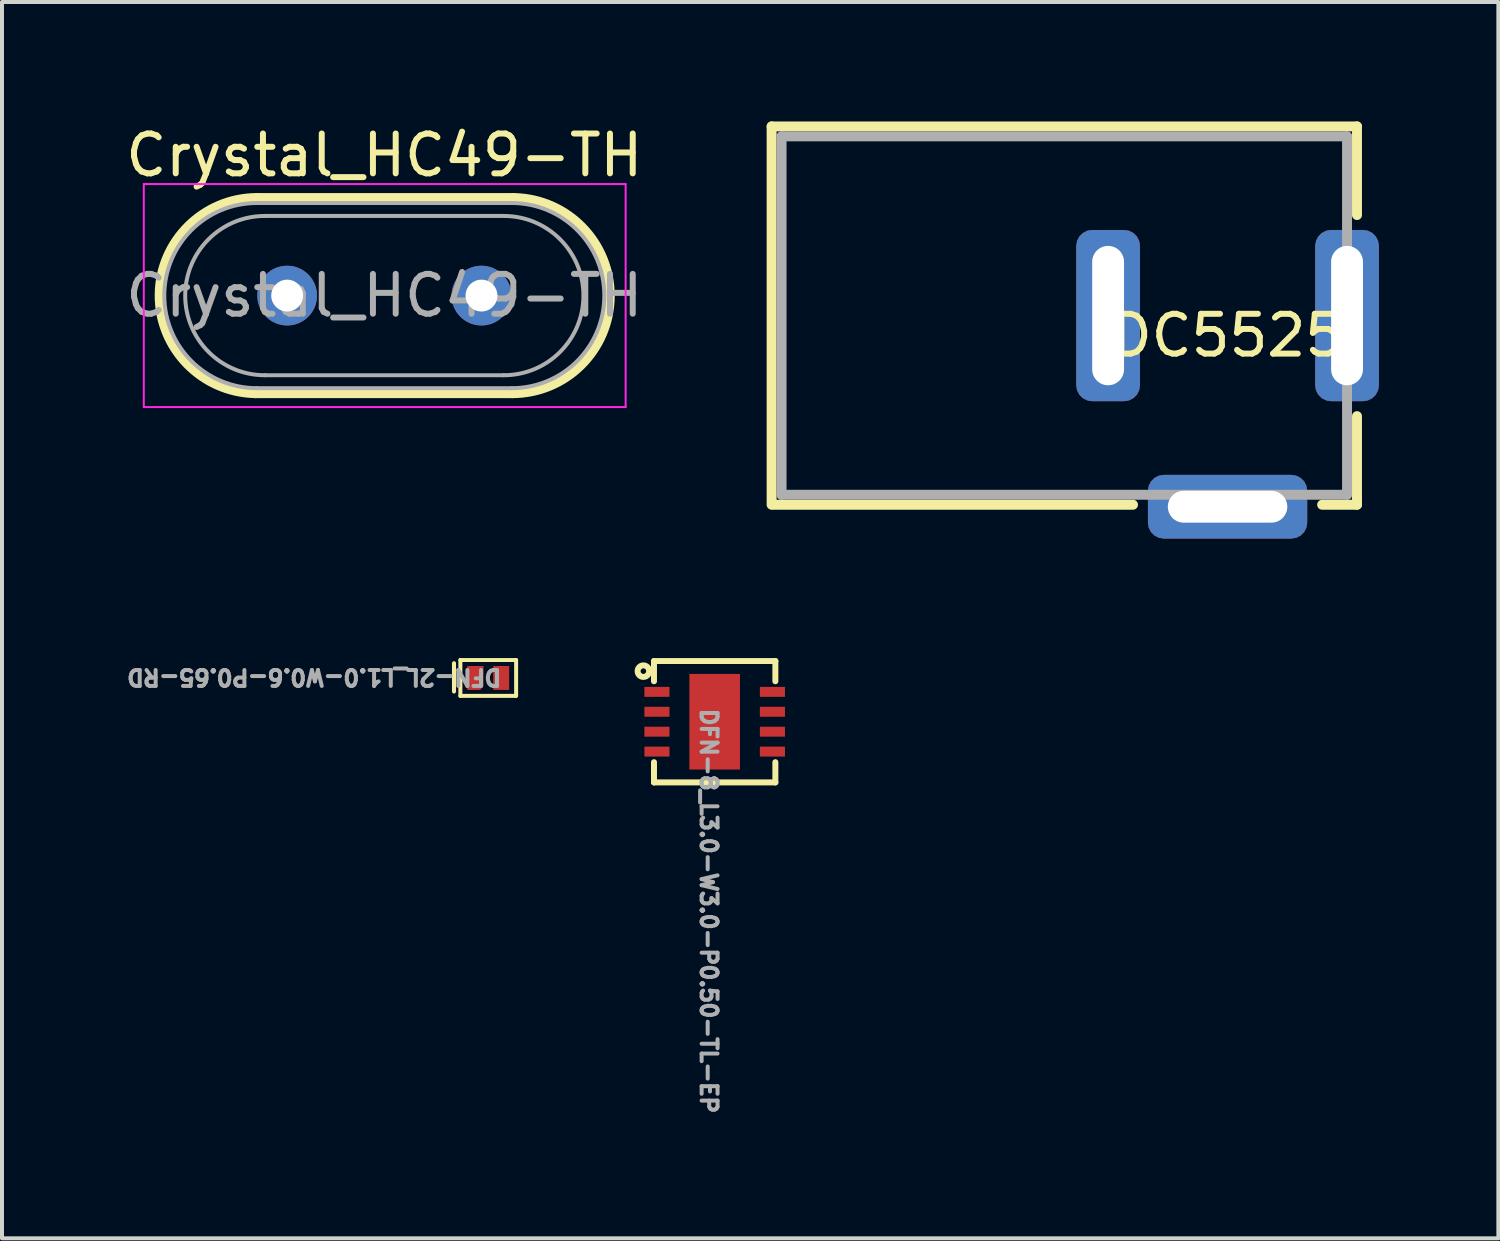
<source format=kicad_pcb>
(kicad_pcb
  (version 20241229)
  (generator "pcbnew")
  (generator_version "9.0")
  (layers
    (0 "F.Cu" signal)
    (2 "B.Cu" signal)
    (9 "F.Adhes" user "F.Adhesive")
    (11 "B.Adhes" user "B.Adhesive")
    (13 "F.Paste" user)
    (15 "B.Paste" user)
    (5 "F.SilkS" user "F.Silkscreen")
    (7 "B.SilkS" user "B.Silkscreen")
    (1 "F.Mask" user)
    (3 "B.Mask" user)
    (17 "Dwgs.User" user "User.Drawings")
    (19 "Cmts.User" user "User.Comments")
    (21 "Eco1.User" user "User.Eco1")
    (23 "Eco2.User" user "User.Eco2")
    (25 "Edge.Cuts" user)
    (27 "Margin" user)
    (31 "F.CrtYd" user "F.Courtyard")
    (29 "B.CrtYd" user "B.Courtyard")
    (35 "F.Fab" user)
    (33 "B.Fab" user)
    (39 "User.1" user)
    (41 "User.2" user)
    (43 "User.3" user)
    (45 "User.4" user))
  (footprint "DC5525"
    (layer "F.Cu")
    (at 27.777 4.875)
    (property "Reference" "DC5525" (at 0 0.5 0) (layer "F.SilkS") (effects (font (size 1 1) (thickness 0.15))))
    (attr through_hole)
    (fp_line (start -11.45 -4.75) (end 3.25 -4.75) (stroke (width 0.25) (type solid)) (layer "F.SilkS"))
    (fp_line (start -11.45 4.75) (end -11.45 -4.75) (stroke (width 0.25) (type solid)) (layer "F.SilkS"))
    (fp_line (start -11.4 4.75) (end -2.375 4.75) (stroke (width 0.25) (type solid)) (layer "F.SilkS"))
    (fp_line (start 3.25 -4.75) (end 3.25 -2.525) (stroke (width 0.25) (type solid)) (layer "F.SilkS"))
    (fp_line (start 3.25 4.75) (end 2.375 4.75) (stroke (width 0.25) (type solid)) (layer "F.SilkS"))
    (fp_line (start 3.25 4.75) (end 3.25 2.525) (stroke (width 0.25) (type solid)) (layer "F.SilkS"))
    (fp_line (start -11.2 -4.5) (end 3 -4.5) (stroke (width 0.25) (type solid)) (layer "F.Fab"))
    (fp_line (start -11.2 4.5) (end -11.2 -4.5) (stroke (width 0.25) (type solid)) (layer "F.Fab"))
    (fp_line (start 3 -4.5) (end 3 4.5) (stroke (width 0.25) (type solid)) (layer "F.Fab"))
    (fp_line (start 3 4.5) (end -11.2 4.5) (stroke (width 0.25) (type solid)) (layer "F.Fab"))
    (pad "1" thru_hole roundrect (at 3 0) (size 1.6 4.3) (drill oval 0.8 3.5) (layers "*.Cu" "*.Mask") (roundrect_rratio 0.25))
    (pad "2" thru_hole roundrect (at -3 0) (size 1.6 4.3) (drill oval 0.8 3.5) (layers "*.Cu" "*.Mask") (roundrect_rratio 0.25))
    (pad "3" thru_hole roundrect (at 0 4.8) (size 4 1.6) (drill oval 3 0.8) (layers "*.Cu" "*.Mask") (roundrect_rratio 0.25)))
  (footprint "DFN-2L_L1.0-W0.6-P0.65-RD"
    (layer "F.Cu")
    (at 9.211 13.975)
    (property "Reference" "DFN-2L_L1.0-W0.6-P0.65-RD" (at 0.38 -0.254 180) (unlocked yes) (layer "F.Fab") (effects (font (size 0.4 0.4) (thickness 0.1)) (justify left bottom)))
    (fp_line (start -0.86 -0.37) (end -0.86 0.34) (stroke (width 0.102) (type default)) (layer "F.SilkS"))
    (fp_line (start -0.7 -0.45) (end -0.7 0.45) (stroke (width 0.1) (type default)) (layer "F.SilkS"))
    (fp_line (start -0.7 -0.45) (end 0.7 -0.45) (stroke (width 0.1) (type default)) (layer "F.SilkS"))
    (fp_line (start -0.7 0.45) (end 0.69 0.45) (stroke (width 0.1) (type default)) (layer "F.SilkS"))
    (fp_line (start 0.7 -0.45) (end 0.7 0.45) (stroke (width 0.1) (type default)) (layer "F.SilkS"))
    (pad "1" smd custom (at -0.325 0) (size 0.000001 0.000001) (layers "F.Cu" "F.Mask" "F.Paste") (options (anchor circle)) (primitives (gr_poly (pts (xy -0.205 -0.3) (xy -0.205 0.3) (xy 0.125 0.3) (xy 0.205 0.2) (xy 0.205 -0.3)) (width 0) (fill yes))))
    (pad "2" smd rect (at 0.325 0 90) (size 0.6 0.4) (layers "F.Cu" "F.Mask" "F.Paste")))
  (footprint "DFN-8_L3.0-W3.0-P0.50-TL-EP"
    (layer "F.Cu")
    (at 14.897 15.074)
    (property "Reference" "DFN-8_L3.0-W3.0-P0.50-TL-EP" (at -0.382 -0.38 270) (unlocked yes) (layer "F.Fab") (effects (font (size 0.4 0.4) (thickness 0.1)) (justify left bottom)))
    (fp_line (start -1.524 -1.524) (end 1.524 -1.524) (stroke (width 0.15) (type default)) (layer "F.SilkS"))
    (fp_line (start -1.524 -1.016) (end -1.524 -1.524) (stroke (width 0.15) (type default)) (layer "F.SilkS"))
    (fp_line (start -1.524 1.016) (end -1.524 1.524) (stroke (width 0.15) (type default)) (layer "F.SilkS"))
    (fp_line (start -1.524 1.524) (end 1.524 1.524) (stroke (width 0.15) (type default)) (layer "F.SilkS"))
    (fp_line (start 1.524 -1.524) (end 1.524 -1.016) (stroke (width 0.15) (type default)) (layer "F.SilkS"))
    (fp_line (start 1.524 1.524) (end 1.524 1.016) (stroke (width 0.15) (type default)) (layer "F.SilkS"))
    (fp_circle (center -1.79 -1.27) (end -1.79 -1.2) (stroke (width 0.15) (type default)) (fill no) (layer "F.SilkS"))
    (pad "1" smd rect (at -1.45 -0.75) (size 0.63 0.25) (layers "F.Cu" "F.Mask" "F.Paste"))
    (pad "2" smd rect (at -1.45 -0.25) (size 0.63 0.25) (layers "F.Cu" "F.Mask" "F.Paste"))
    (pad "3" smd rect (at -1.45 0.25) (size 0.63 0.25) (layers "F.Cu" "F.Mask" "F.Paste"))
    (pad "4" smd rect (at -1.45 0.75) (size 0.63 0.25) (layers "F.Cu" "F.Mask" "F.Paste"))
    (pad "5" smd rect (at 1.45 0.75) (size 0.63 0.25) (layers "F.Cu" "F.Mask" "F.Paste"))
    (pad "6" smd rect (at 1.45 0.25) (size 0.63 0.25) (layers "F.Cu" "F.Mask" "F.Paste"))
    (pad "7" smd rect (at 1.45 -0.25) (size 0.63 0.25) (layers "F.Cu" "F.Mask" "F.Paste"))
    (pad "8" smd rect (at 1.45 -0.75) (size 0.63 0.25) (layers "F.Cu" "F.Mask" "F.Paste"))
    (pad "9" smd rect (at -0.0001 0) (size 1.27 2.4) (layers "F.Cu" "F.Mask" "F.Paste")))
  (footprint "Crystal_HC49-TH"
    (layer "F.Cu")
    (at 4.161 4.373)
    (property "Reference" "Crystal_HC49-TH" (at 2.44 -3.525 0) (layer "F.SilkS") (effects (font (size 1 1) (thickness 0.15))))
    (attr through_hole)
    (fp_line (start -0.8 2.45) (end 5.66 2.45) (stroke (width 0.25) (type solid)) (layer "F.SilkS"))
    (fp_line (start -0.76 -2.45) (end 5.7 -2.45) (stroke (width 0.25) (type solid)) (layer "F.SilkS"))
    (fp_arc (start -0.79999 2.44951) (mid -3.199938 -0.019996) (end -0.76 -2.45) (stroke (width 0.25) (type solid)) (layer "F.SilkS"))
    (fp_arc (start 5.69999 -2.44949) (mid 8.099873 0.024996) (end 5.65 2.45) (stroke (width 0.25) (type solid)) (layer "F.SilkS"))
    (fp_line (start -3.6 -2.8) (end -3.6 2.8) (stroke (width 0.05) (type solid)) (layer "F.CrtYd"))
    (fp_line (start -3.6 2.8) (end 8.5 2.8) (stroke (width 0.05) (type solid)) (layer "F.CrtYd"))
    (fp_line (start 8.5 -2.8) (end -3.6 -2.8) (stroke (width 0.05) (type solid)) (layer "F.CrtYd"))
    (fp_line (start 8.5 2.8) (end 8.5 -2.8) (stroke (width 0.05) (type solid)) (layer "F.CrtYd"))
    (fp_line (start -0.76 -2.325) (end 5.64 -2.325) (stroke (width 0.1) (type solid)) (layer "F.Fab"))
    (fp_line (start -0.76 2.325) (end 5.64 2.325) (stroke (width 0.1) (type solid)) (layer "F.Fab"))
    (fp_line (start -0.56 -2) (end 5.44 -2) (stroke (width 0.1) (type solid)) (layer "F.Fab"))
    (fp_line (start -0.56 2) (end 5.44 2) (stroke (width 0.1) (type solid)) (layer "F.Fab"))
    (fp_arc (start -0.76 2.325) (mid -3.085 0) (end -0.76 -2.325) (stroke (width 0.1) (type solid)) (layer "F.Fab"))
    (fp_arc (start -0.56 2) (mid -2.56 0) (end -0.56 -2) (stroke (width 0.1) (type solid)) (layer "F.Fab"))
    (fp_arc (start 5.44 -2) (mid 7.44 0) (end 5.44 2) (stroke (width 0.1) (type solid)) (layer "F.Fab"))
    (fp_arc (start 5.64 -2.325) (mid 7.965 0) (end 5.64 2.325) (stroke (width 0.1) (type solid)) (layer "F.Fab"))
    (fp_text user "${REFERENCE}" (at 2.44 0 0) (layer "F.Fab") (effects (font (size 1 1) (thickness 0.15))))
    (pad "1" thru_hole circle (at 0 0) (size 1.5 1.5) (drill 0.8) (layers "*.Cu" "*.Mask"))
    (pad "2" thru_hole circle (at 4.88 0) (size 1.5 1.5) (drill 0.8) (layers "*.Cu" "*.Mask")))
  (gr_rect
    (start -3 -3)
    (end 34.577 28.047)
    (stroke (width 0.1) (type default))
    (fill no)
    (layer "Edge.Cuts")))
</source>
